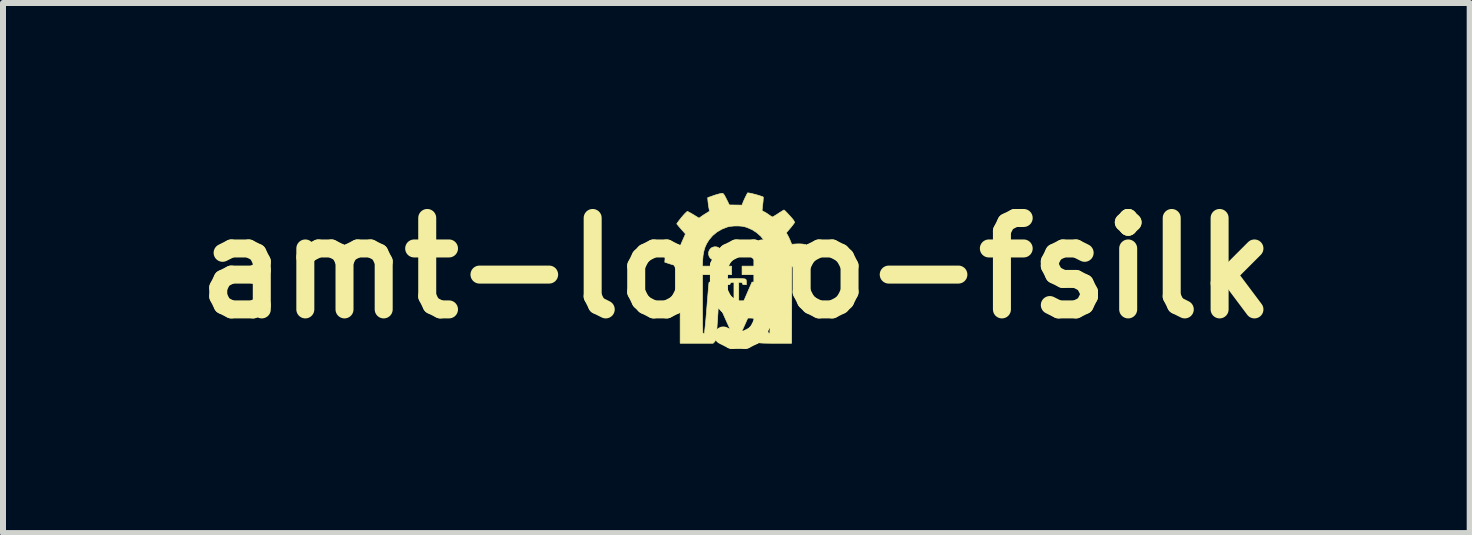
<source format=kicad_pcb>
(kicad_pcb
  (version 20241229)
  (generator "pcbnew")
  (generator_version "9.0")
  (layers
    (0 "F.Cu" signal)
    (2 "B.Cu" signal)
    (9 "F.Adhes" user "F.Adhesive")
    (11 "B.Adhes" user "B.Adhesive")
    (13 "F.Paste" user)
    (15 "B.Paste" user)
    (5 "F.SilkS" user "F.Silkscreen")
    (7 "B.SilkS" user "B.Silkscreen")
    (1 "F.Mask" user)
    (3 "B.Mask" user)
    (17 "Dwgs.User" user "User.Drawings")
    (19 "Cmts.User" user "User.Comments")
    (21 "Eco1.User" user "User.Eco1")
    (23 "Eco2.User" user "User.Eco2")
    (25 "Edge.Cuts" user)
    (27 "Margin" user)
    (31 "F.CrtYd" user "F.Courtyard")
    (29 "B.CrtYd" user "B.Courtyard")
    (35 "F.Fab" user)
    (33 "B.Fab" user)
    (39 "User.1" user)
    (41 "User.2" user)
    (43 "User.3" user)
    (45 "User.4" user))
  (footprint "amt-logo-fsilk"
    (layer "F.Cu")
    (at 9.224 1.418)
    (property "Reference" "amt-logo-fsilk" (at 0 0 0) (layer "F.SilkS") (effects (font (size 1.524 1.524) (thickness 0.3))))
    (attr through_hole)
    (fp_poly (pts (xy -0.324 -0.352) (xy -0.29 -0.337) (xy -0.262 -0.311) (xy -0.244 -0.278) (xy -0.238 -0.242) (xy -0.245 -0.202) (xy -0.264 -0.169) (xy -0.293 -0.145) (xy -0.328 -0.132) (xy -0.367 -0.131) (xy -0.402 -0.142) (xy -0.434 -0.164) (xy -0.454 -0.195) (xy -0.464 -0.23) (xy -0.462 -0.266) (xy -0.449 -0.3) (xy -0.425 -0.329) (xy -0.401 -0.345) (xy -0.362 -0.355) (xy -0.324 -0.352)) (stroke (width 0.01) (type solid)) (fill yes) (layer "F.SilkS"))
    (fp_poly (pts (xy 0.383 -0.35) (xy 0.421 -0.331) (xy 0.449 -0.302) (xy 0.464 -0.266) (xy 0.466 -0.224) (xy 0.465 -0.218) (xy 0.451 -0.182) (xy 0.426 -0.153) (xy 0.393 -0.135) (xy 0.357 -0.127) (xy 0.319 -0.132) (xy 0.293 -0.145) (xy 0.263 -0.173) (xy 0.245 -0.207) (xy 0.24 -0.244) (xy 0.247 -0.28) (xy 0.266 -0.312) (xy 0.296 -0.337) (xy 0.314 -0.346) (xy 0.339 -0.354) (xy 0.359 -0.355) (xy 0.383 -0.35)) (stroke (width 0.01) (type solid)) (fill yes) (layer "F.SilkS"))
    (fp_poly (pts (xy 0.023 0.175) (xy 0.065 0.176) (xy 0.102 0.177) (xy 0.131 0.179) (xy 0.146 0.182) (xy 0.158 0.188) (xy 0.164 0.198) (xy 0.166 0.216) (xy 0.167 0.234) (xy 0.167 0.278) (xy 0.135 0.278) (xy 0.115 0.276) (xy 0.105 0.27) (xy 0.102 0.26) (xy 0.097 0.247) (xy 0.083 0.241) (xy 0.069 0.24) (xy 0.04 0.237) (xy 0.04 0.556) (xy -0.04 0.556) (xy -0.04 0.237) (xy -0.069 0.24) (xy -0.09 0.243) (xy -0.1 0.252) (xy -0.102 0.26) (xy -0.106 0.272) (xy -0.117 0.277) (xy -0.135 0.278) (xy -0.167 0.278) (xy -0.167 0.234) (xy -0.166 0.208) (xy -0.163 0.194) (xy -0.155 0.186) (xy -0.146 0.182) (xy -0.13 0.179) (xy -0.102 0.177) (xy -0.064 0.176) (xy -0.022 0.175) (xy 0.023 0.175)) (stroke (width 0.01) (type solid)) (fill yes) (layer "F.SilkS"))
    (fp_poly (pts (xy 0.218 -1.25) (xy 0.249 -1.244) (xy 0.285 -1.235) (xy 0.324 -1.225) (xy 0.362 -1.214) (xy 0.397 -1.203) (xy 0.425 -1.194) (xy 0.444 -1.186) (xy 0.449 -1.182) (xy 0.449 -1.172) (xy 0.448 -1.15) (xy 0.446 -1.118) (xy 0.442 -1.079) (xy 0.441 -1.071) (xy 0.436 -1.032) (xy 0.433 -0.998) (xy 0.43 -0.974) (xy 0.429 -0.961) (xy 0.429 -0.96) (xy 0.435 -0.953) (xy 0.452 -0.943) (xy 0.462 -0.938) (xy 0.486 -0.926) (xy 0.515 -0.907) (xy 0.545 -0.887) (xy 0.546 -0.886) (xy 0.571 -0.868) (xy 0.592 -0.856) (xy 0.605 -0.852) (xy 0.606 -0.852) (xy 0.616 -0.857) (xy 0.636 -0.87) (xy 0.664 -0.887) (xy 0.697 -0.908) (xy 0.702 -0.912) (xy 0.735 -0.933) (xy 0.763 -0.95) (xy 0.783 -0.963) (xy 0.794 -0.968) (xy 0.794 -0.968) (xy 0.802 -0.963) (xy 0.818 -0.948) (xy 0.84 -0.926) (xy 0.865 -0.899) (xy 0.891 -0.871) (xy 0.916 -0.843) (xy 0.937 -0.818) (xy 0.944 -0.81) (xy 0.959 -0.788) (xy 0.969 -0.769) (xy 0.971 -0.759) (xy 0.959 -0.742) (xy 0.939 -0.715) (xy 0.914 -0.683) (xy 0.885 -0.649) (xy 0.875 -0.637) (xy 0.833 -0.588) (xy 0.856 -0.546) (xy 0.872 -0.516) (xy 0.889 -0.479) (xy 0.901 -0.45) (xy 0.923 -0.396) (xy 0.991 -0.401) (xy 1.03 -0.403) (xy 1.07 -0.402) (xy 1.103 -0.4) (xy 1.107 -0.399) (xy 1.155 -0.393) (xy 1.173 -0.294) (xy 1.18 -0.252) (xy 1.185 -0.213) (xy 1.188 -0.181) (xy 1.189 -0.16) (xy 1.187 -0.125) (xy 1.127 -0.101) (xy 1.091 -0.087) (xy 1.047 -0.07) (xy 1.005 -0.055) (xy 0.996 -0.051) (xy 0.925 -0.025) (xy 0.923 0.614) (xy 0.921 1.254) (xy 0.658 1.254) (xy 0.581 1.254) (xy 0.514 1.253) (xy 0.46 1.252) (xy 0.419 1.25) (xy 0.392 1.248) (xy 0.381 1.246) (xy 0.371 1.24) (xy 0.363 1.231) (xy 0.356 1.219) (xy 0.351 1.201) (xy 0.346 1.176) (xy 0.341 1.142) (xy 0.336 1.097) (xy 0.331 1.041) (xy 0.325 0.972) (xy 0.322 0.934) (xy 0.317 0.869) (xy 0.312 0.806) (xy 0.308 0.749) (xy 0.305 0.698) (xy 0.303 0.658) (xy 0.302 0.63) (xy 0.301 0.621) (xy 0.301 0.568) (xy 0.27 0.647) (xy 0.258 0.678) (xy 0.24 0.72) (xy 0.219 0.769) (xy 0.195 0.823) (xy 0.171 0.878) (xy 0.161 0.901) (xy 0.082 1.076) (xy 0.003 1.078) (xy -0.077 1.08) (xy -0.087 1.058) (xy -0.113 1.002) (xy -0.14 0.941) (xy -0.168 0.88) (xy -0.195 0.819) (xy -0.22 0.762) (xy -0.242 0.711) (xy -0.259 0.669) (xy -0.272 0.638) (xy -0.274 0.631) (xy -0.301 0.56) (xy -0.301 0.628) (xy -0.302 0.654) (xy -0.304 0.692) (xy -0.306 0.741) (xy -0.31 0.797) (xy -0.313 0.857) (xy -0.318 0.919) (xy -0.322 0.981) (xy -0.326 1.039) (xy -0.33 1.09) (xy -0.334 1.133) (xy -0.337 1.164) (xy -0.338 1.174) (xy -0.35 1.211) (xy -0.365 1.232) (xy -0.388 1.254) (xy -0.937 1.254) (xy -0.937 0.613) (xy -0.937 -0.028) (xy -0.955 -0.032) (xy -0.566 -0.032) (xy -0.079 -0.032) (xy -0.079 0.111) (xy -0.564 0.111) (xy -0.564 0.603) (xy -0.564 0.706) (xy -0.563 0.794) (xy -0.563 0.868) (xy -0.563 0.929) (xy -0.562 0.979) (xy -0.561 1.018) (xy -0.56 1.048) (xy -0.559 1.07) (xy -0.557 1.084) (xy -0.555 1.092) (xy -0.553 1.095) (xy -0.553 1.095) (xy -0.538 1.09) (xy -0.533 1.085) (xy -0.531 1.076) (xy -0.528 1.052) (xy -0.524 1.015) (xy -0.519 0.967) (xy -0.513 0.909) (xy -0.507 0.843) (xy -0.501 0.77) (xy -0.495 0.692) (xy -0.492 0.663) (xy -0.486 0.583) (xy -0.48 0.508) (xy -0.474 0.439) (xy -0.469 0.378) (xy -0.465 0.327) (xy -0.461 0.286) (xy -0.458 0.257) (xy -0.456 0.242) (xy -0.456 0.24) (xy -0.45 0.235) (xy -0.436 0.233) (xy -0.41 0.231) (xy -0.371 0.232) (xy -0.356 0.232) (xy -0.259 0.234) (xy -0.161 0.46) (xy -0.118 0.559) (xy -0.083 0.643) (xy -0.053 0.714) (xy -0.029 0.772) (xy -0.012 0.817) (xy -0.004 0.837) (xy -0.000411 0.842) (xy 0.005 0.835) (xy 0.014 0.817) (xy 0.026 0.785) (xy 0.028 0.782) (xy 0.037 0.757) (xy 0.052 0.719) (xy 0.072 0.672) (xy 0.095 0.618) (xy 0.12 0.56) (xy 0.146 0.498) (xy 0.157 0.472) (xy 0.261 0.234) (xy 0.354 0.232) (xy 0.391 0.232) (xy 0.422 0.232) (xy 0.444 0.234) (xy 0.454 0.236) (xy 0.455 0.245) (xy 0.458 0.267) (xy 0.462 0.302) (xy 0.466 0.347) (xy 0.471 0.401) (xy 0.476 0.461) (xy 0.482 0.527) (xy 0.488 0.595) (xy 0.494 0.665) (xy 0.5 0.735) (xy 0.506 0.802) (xy 0.511 0.864) (xy 0.515 0.921) (xy 0.519 0.97) (xy 0.522 1.01) (xy 0.523 1.038) (xy 0.524 1.051) (xy 0.529 1.071) (xy 0.541 1.087) (xy 0.555 1.095) (xy 0.556 1.095) (xy 0.558 1.088) (xy 0.559 1.065) (xy 0.56 1.028) (xy 0.561 0.978) (xy 0.562 0.915) (xy 0.563 0.841) (xy 0.563 0.756) (xy 0.564 0.662) (xy 0.564 0.603) (xy 0.564 0.111) (xy 0.095 0.111) (xy 0.095 -0.032) (xy 0.566 -0.032) (xy 0.561 -0.137) (xy 0.558 -0.181) (xy 0.554 -0.225) (xy 0.549 -0.263) (xy 0.544 -0.289) (xy 0.544 -0.29) (xy 0.512 -0.377) (xy 0.467 -0.456) (xy 0.409 -0.528) (xy 0.341 -0.589) (xy 0.264 -0.639) (xy 0.179 -0.676) (xy 0.143 -0.687) (xy 0.089 -0.698) (xy 0.026 -0.702) (xy -0.039 -0.701) (xy -0.1 -0.695) (xy -0.151 -0.684) (xy -0.242 -0.648) (xy -0.324 -0.6) (xy -0.395 -0.541) (xy -0.455 -0.471) (xy -0.496 -0.405) (xy -0.523 -0.345) (xy -0.542 -0.28) (xy -0.555 -0.208) (xy -0.561 -0.133) (xy -0.566 -0.032) (xy -0.955 -0.032) (xy -0.986 -0.038) (xy -1.016 -0.044) (xy -1.055 -0.054) (xy -1.096 -0.066) (xy -1.114 -0.072) (xy -1.193 -0.097) (xy -1.188 -0.177) (xy -1.184 -0.219) (xy -1.178 -0.263) (xy -1.172 -0.301) (xy -1.169 -0.314) (xy -1.155 -0.369) (xy -1.042 -0.371) (xy -0.996 -0.373) (xy -0.961 -0.375) (xy -0.938 -0.378) (xy -0.929 -0.381) (xy -0.929 -0.381) (xy -0.926 -0.391) (xy -0.917 -0.413) (xy -0.904 -0.442) (xy -0.889 -0.476) (xy -0.874 -0.51) (xy -0.861 -0.539) (xy -0.853 -0.559) (xy -0.849 -0.567) (xy -0.849 -0.567) (xy -0.854 -0.575) (xy -0.868 -0.591) (xy -0.886 -0.612) (xy -0.891 -0.617) (xy -0.917 -0.646) (xy -0.943 -0.676) (xy -0.963 -0.7) (xy -0.994 -0.737) (xy -0.958 -0.788) (xy -0.936 -0.816) (xy -0.912 -0.846) (xy -0.886 -0.877) (xy -0.861 -0.904) (xy -0.839 -0.926) (xy -0.823 -0.94) (xy -0.816 -0.945) (xy -0.807 -0.941) (xy -0.787 -0.93) (xy -0.759 -0.915) (xy -0.726 -0.896) (xy -0.692 -0.875) (xy -0.659 -0.855) (xy -0.641 -0.844) (xy -0.626 -0.835) (xy -0.615 -0.836) (xy -0.602 -0.846) (xy -0.587 -0.858) (xy -0.563 -0.874) (xy -0.533 -0.894) (xy -0.515 -0.905) (xy -0.447 -0.947) (xy -0.457 -0.999) (xy -0.463 -1.036) (xy -0.469 -1.078) (xy -0.473 -1.112) (xy -0.478 -1.173) (xy -0.408 -1.198) (xy -0.351 -1.218) (xy -0.302 -1.232) (xy -0.263 -1.242) (xy -0.236 -1.245) (xy -0.228 -1.245) (xy -0.219 -1.24) (xy -0.208 -1.227) (xy -0.194 -1.205) (xy -0.176 -1.171) (xy -0.164 -1.147) (xy -0.117 -1.052) (xy 0.094 -1.049) (xy 0.108 -1.086) (xy 0.115 -1.105) (xy 0.127 -1.131) (xy 0.141 -1.162) (xy 0.156 -1.193) (xy 0.17 -1.221) (xy 0.181 -1.242) (xy 0.187 -1.253) (xy 0.187 -1.253) (xy 0.196 -1.253) (xy 0.218 -1.25)) (stroke (width 0.01) (type solid)) (fill yes) (layer "F.SilkS")))
  (gr_rect
    (start -3 -3)
    (end 21.448 5.836)
    (stroke (width 0.1) (type default))
    (fill no)
    (layer "Edge.Cuts")))
</source>
